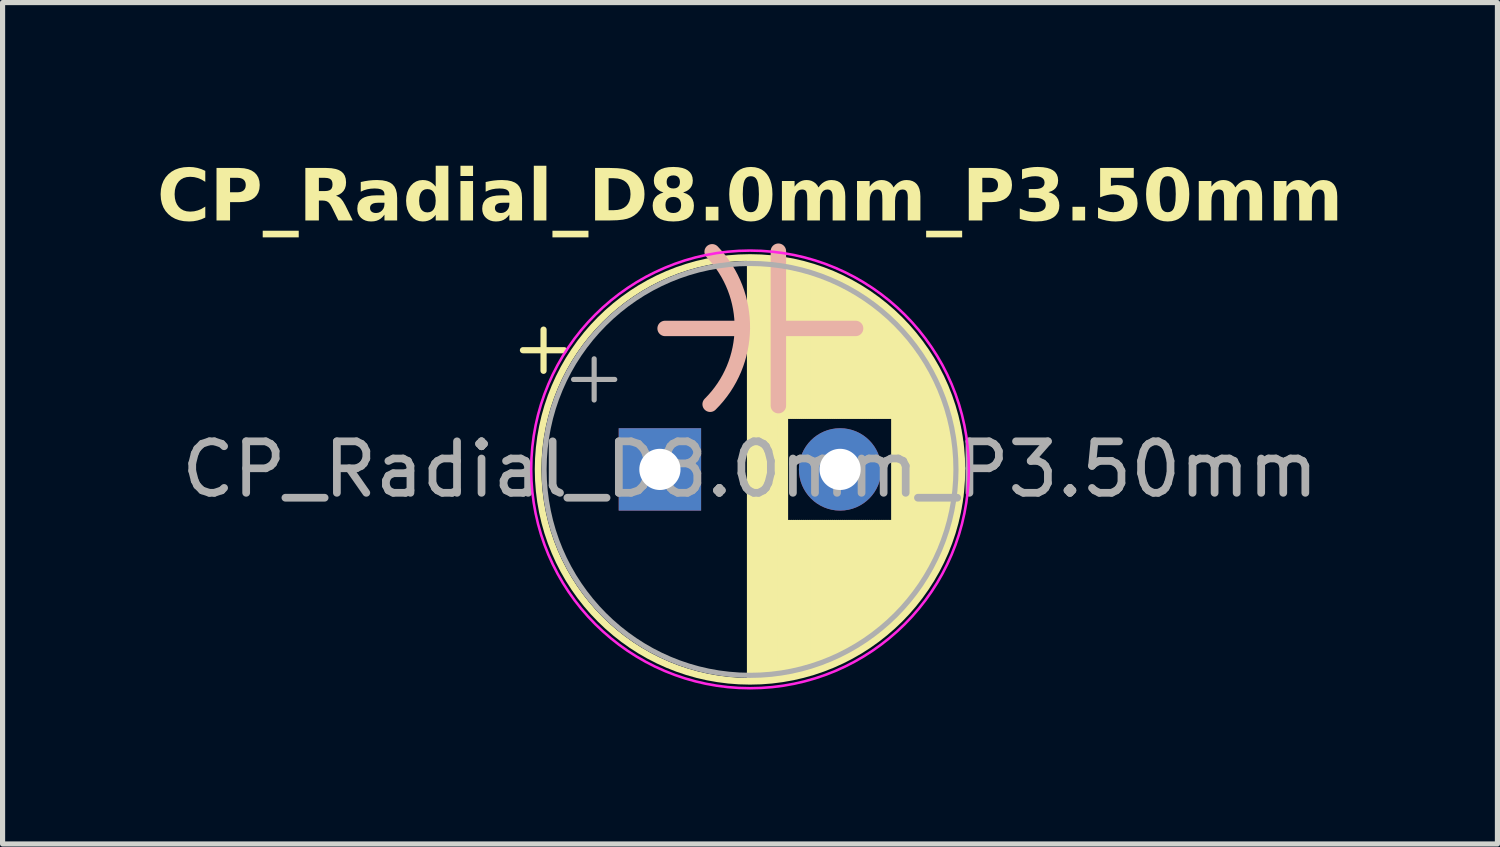
<source format=kicad_pcb>
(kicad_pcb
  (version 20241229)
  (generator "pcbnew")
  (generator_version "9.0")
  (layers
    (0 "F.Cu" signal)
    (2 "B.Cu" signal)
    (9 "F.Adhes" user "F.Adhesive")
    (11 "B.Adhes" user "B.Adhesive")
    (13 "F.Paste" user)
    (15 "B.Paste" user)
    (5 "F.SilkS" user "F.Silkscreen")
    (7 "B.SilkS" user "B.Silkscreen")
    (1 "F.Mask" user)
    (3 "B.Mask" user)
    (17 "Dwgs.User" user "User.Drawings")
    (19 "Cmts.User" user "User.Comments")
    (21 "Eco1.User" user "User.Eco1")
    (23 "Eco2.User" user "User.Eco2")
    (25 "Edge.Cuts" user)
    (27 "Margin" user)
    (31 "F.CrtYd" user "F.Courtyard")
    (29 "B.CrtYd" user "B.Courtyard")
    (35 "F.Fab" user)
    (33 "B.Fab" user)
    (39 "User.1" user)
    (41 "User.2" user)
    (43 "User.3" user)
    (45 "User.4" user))
  (footprint "CP_Radial_D8.0mm_P3.50mm"
    (layer "F.Cu")
    (at 11.428 5.989)
    (property "Reference" "CP_Radial_D8.0mm_P3.50mm" (at 0.089 -5.172 0) (layer "F.SilkS") (effects (font (face "Open Sans") (size 1 1) (thickness 0.2) (bold yes))))
    (attr through_hole)
    (fp_line (start -4.321 -2.237) (end -3.521 -2.237) (stroke (width 0.12) (type solid)) (layer "F.SilkS"))
    (fp_line (start -3.921 -2.637) (end -3.921 -1.837) (stroke (width 0.12) (type solid)) (layer "F.SilkS"))
    (fp_line (start 0.089 -4.002) (end 0.089 4.158) (stroke (width 0.12) (type solid)) (layer "F.SilkS"))
    (fp_line (start 0.129 -4.002) (end 0.129 4.158) (stroke (width 0.12) (type solid)) (layer "F.SilkS"))
    (fp_line (start 0.169 -4.002) (end 0.169 4.158) (stroke (width 0.12) (type solid)) (layer "F.SilkS"))
    (fp_line (start 0.209 -4.001) (end 0.209 4.157) (stroke (width 0.12) (type solid)) (layer "F.SilkS"))
    (fp_line (start 0.249 -3.999) (end 0.249 4.155) (stroke (width 0.12) (type solid)) (layer "F.SilkS"))
    (fp_line (start 0.289 -3.998) (end 0.289 4.154) (stroke (width 0.12) (type solid)) (layer "F.SilkS"))
    (fp_line (start 0.329 -3.996) (end 0.329 4.152) (stroke (width 0.12) (type solid)) (layer "F.SilkS"))
    (fp_line (start 0.369 -3.993) (end 0.369 4.149) (stroke (width 0.12) (type solid)) (layer "F.SilkS"))
    (fp_line (start 0.409 -3.99) (end 0.409 4.146) (stroke (width 0.12) (type solid)) (layer "F.SilkS"))
    (fp_line (start 0.449 -3.987) (end 0.449 4.143) (stroke (width 0.12) (type solid)) (layer "F.SilkS"))
    (fp_line (start 0.489 -3.983) (end 0.489 4.139) (stroke (width 0.12) (type solid)) (layer "F.SilkS"))
    (fp_line (start 0.529 -3.979) (end 0.529 4.135) (stroke (width 0.12) (type solid)) (layer "F.SilkS"))
    (fp_line (start 0.569 -3.974) (end 0.569 4.13) (stroke (width 0.12) (type solid)) (layer "F.SilkS"))
    (fp_line (start 0.609 -3.97) (end 0.609 4.126) (stroke (width 0.12) (type solid)) (layer "F.SilkS"))
    (fp_line (start 0.649 -3.964) (end 0.649 4.12) (stroke (width 0.12) (type solid)) (layer "F.SilkS"))
    (fp_line (start 0.689 -3.959) (end 0.689 4.115) (stroke (width 0.12) (type solid)) (layer "F.SilkS"))
    (fp_line (start 0.729 -3.952) (end 0.729 4.108) (stroke (width 0.12) (type solid)) (layer "F.SilkS"))
    (fp_line (start 0.769 -3.946) (end 0.769 4.102) (stroke (width 0.12) (type solid)) (layer "F.SilkS"))
    (fp_line (start 0.81 -3.939) (end 0.81 -0.962) (stroke (width 0.12) (type solid)) (layer "F.SilkS"))
    (fp_line (start 0.81 1.118) (end 0.81 4.095) (stroke (width 0.12) (type solid)) (layer "F.SilkS"))
    (fp_line (start 0.85 -3.932) (end 0.85 -0.962) (stroke (width 0.12) (type solid)) (layer "F.SilkS"))
    (fp_line (start 0.85 1.118) (end 0.85 4.088) (stroke (width 0.12) (type solid)) (layer "F.SilkS"))
    (fp_line (start 0.89 -3.924) (end 0.89 -0.962) (stroke (width 0.12) (type solid)) (layer "F.SilkS"))
    (fp_line (start 0.89 1.118) (end 0.89 4.08) (stroke (width 0.12) (type solid)) (layer "F.SilkS"))
    (fp_line (start 0.93 -3.916) (end 0.93 -0.962) (stroke (width 0.12) (type solid)) (layer "F.SilkS"))
    (fp_line (start 0.93 1.118) (end 0.93 4.072) (stroke (width 0.12) (type solid)) (layer "F.SilkS"))
    (fp_line (start 0.97 -3.907) (end 0.97 -0.962) (stroke (width 0.12) (type solid)) (layer "F.SilkS"))
    (fp_line (start 0.97 1.118) (end 0.97 4.063) (stroke (width 0.12) (type solid)) (layer "F.SilkS"))
    (fp_line (start 1.01 -3.898) (end 1.01 -0.962) (stroke (width 0.12) (type solid)) (layer "F.SilkS"))
    (fp_line (start 1.01 1.118) (end 1.01 4.054) (stroke (width 0.12) (type solid)) (layer "F.SilkS"))
    (fp_line (start 1.05 -3.889) (end 1.05 -0.962) (stroke (width 0.12) (type solid)) (layer "F.SilkS"))
    (fp_line (start 1.05 1.118) (end 1.05 4.045) (stroke (width 0.12) (type solid)) (layer "F.SilkS"))
    (fp_line (start 1.09 -3.879) (end 1.09 -0.962) (stroke (width 0.12) (type solid)) (layer "F.SilkS"))
    (fp_line (start 1.09 1.118) (end 1.09 4.035) (stroke (width 0.12) (type solid)) (layer "F.SilkS"))
    (fp_line (start 1.13 -3.869) (end 1.13 -0.962) (stroke (width 0.12) (type solid)) (layer "F.SilkS"))
    (fp_line (start 1.13 1.118) (end 1.13 4.025) (stroke (width 0.12) (type solid)) (layer "F.SilkS"))
    (fp_line (start 1.17 -3.858) (end 1.17 -0.962) (stroke (width 0.12) (type solid)) (layer "F.SilkS"))
    (fp_line (start 1.17 1.118) (end 1.17 4.014) (stroke (width 0.12) (type solid)) (layer "F.SilkS"))
    (fp_line (start 1.21 -3.847) (end 1.21 -0.962) (stroke (width 0.12) (type solid)) (layer "F.SilkS"))
    (fp_line (start 1.21 1.118) (end 1.21 4.003) (stroke (width 0.12) (type solid)) (layer "F.SilkS"))
    (fp_line (start 1.25 -3.836) (end 1.25 -0.962) (stroke (width 0.12) (type solid)) (layer "F.SilkS"))
    (fp_line (start 1.25 1.118) (end 1.25 3.992) (stroke (width 0.12) (type solid)) (layer "F.SilkS"))
    (fp_line (start 1.29 -3.824) (end 1.29 -0.962) (stroke (width 0.12) (type solid)) (layer "F.SilkS"))
    (fp_line (start 1.29 1.118) (end 1.29 3.98) (stroke (width 0.12) (type solid)) (layer "F.SilkS"))
    (fp_line (start 1.33 -3.811) (end 1.33 -0.962) (stroke (width 0.12) (type solid)) (layer "F.SilkS"))
    (fp_line (start 1.33 1.118) (end 1.33 3.967) (stroke (width 0.12) (type solid)) (layer "F.SilkS"))
    (fp_line (start 1.37 -3.799) (end 1.37 -0.962) (stroke (width 0.12) (type solid)) (layer "F.SilkS"))
    (fp_line (start 1.37 1.118) (end 1.37 3.955) (stroke (width 0.12) (type solid)) (layer "F.SilkS"))
    (fp_line (start 1.41 -3.785) (end 1.41 -0.962) (stroke (width 0.12) (type solid)) (layer "F.SilkS"))
    (fp_line (start 1.41 1.118) (end 1.41 3.941) (stroke (width 0.12) (type solid)) (layer "F.SilkS"))
    (fp_line (start 1.45 -3.772) (end 1.45 -0.962) (stroke (width 0.12) (type solid)) (layer "F.SilkS"))
    (fp_line (start 1.45 1.118) (end 1.45 3.928) (stroke (width 0.12) (type solid)) (layer "F.SilkS"))
    (fp_line (start 1.49 -3.757) (end 1.49 -0.962) (stroke (width 0.12) (type solid)) (layer "F.SilkS"))
    (fp_line (start 1.49 1.118) (end 1.49 3.913) (stroke (width 0.12) (type solid)) (layer "F.SilkS"))
    (fp_line (start 1.53 -3.743) (end 1.53 -0.962) (stroke (width 0.12) (type solid)) (layer "F.SilkS"))
    (fp_line (start 1.53 1.118) (end 1.53 3.899) (stroke (width 0.12) (type solid)) (layer "F.SilkS"))
    (fp_line (start 1.57 -3.727) (end 1.57 -0.962) (stroke (width 0.12) (type solid)) (layer "F.SilkS"))
    (fp_line (start 1.57 1.118) (end 1.57 3.883) (stroke (width 0.12) (type solid)) (layer "F.SilkS"))
    (fp_line (start 1.61 -3.712) (end 1.61 -0.962) (stroke (width 0.12) (type solid)) (layer "F.SilkS"))
    (fp_line (start 1.61 1.118) (end 1.61 3.868) (stroke (width 0.12) (type solid)) (layer "F.SilkS"))
    (fp_line (start 1.65 -3.696) (end 1.65 -0.962) (stroke (width 0.12) (type solid)) (layer "F.SilkS"))
    (fp_line (start 1.65 1.118) (end 1.65 3.852) (stroke (width 0.12) (type solid)) (layer "F.SilkS"))
    (fp_line (start 1.69 -3.679) (end 1.69 -0.962) (stroke (width 0.12) (type solid)) (layer "F.SilkS"))
    (fp_line (start 1.69 1.118) (end 1.69 3.835) (stroke (width 0.12) (type solid)) (layer "F.SilkS"))
    (fp_line (start 1.73 -3.662) (end 1.73 -0.962) (stroke (width 0.12) (type solid)) (layer "F.SilkS"))
    (fp_line (start 1.73 1.118) (end 1.73 3.818) (stroke (width 0.12) (type solid)) (layer "F.SilkS"))
    (fp_line (start 1.77 -3.644) (end 1.77 -0.962) (stroke (width 0.12) (type solid)) (layer "F.SilkS"))
    (fp_line (start 1.77 1.118) (end 1.77 3.8) (stroke (width 0.12) (type solid)) (layer "F.SilkS"))
    (fp_line (start 1.81 -3.626) (end 1.81 -0.962) (stroke (width 0.12) (type solid)) (layer "F.SilkS"))
    (fp_line (start 1.81 1.118) (end 1.81 3.782) (stroke (width 0.12) (type solid)) (layer "F.SilkS"))
    (fp_line (start 1.85 -3.608) (end 1.85 -0.962) (stroke (width 0.12) (type solid)) (layer "F.SilkS"))
    (fp_line (start 1.85 1.118) (end 1.85 3.764) (stroke (width 0.12) (type solid)) (layer "F.SilkS"))
    (fp_line (start 1.89 -3.588) (end 1.89 -0.962) (stroke (width 0.12) (type solid)) (layer "F.SilkS"))
    (fp_line (start 1.89 1.118) (end 1.89 3.744) (stroke (width 0.12) (type solid)) (layer "F.SilkS"))
    (fp_line (start 1.93 -3.569) (end 1.93 -0.962) (stroke (width 0.12) (type solid)) (layer "F.SilkS"))
    (fp_line (start 1.93 1.118) (end 1.93 3.725) (stroke (width 0.12) (type solid)) (layer "F.SilkS"))
    (fp_line (start 1.97 -3.549) (end 1.97 -0.962) (stroke (width 0.12) (type solid)) (layer "F.SilkS"))
    (fp_line (start 1.97 1.118) (end 1.97 3.705) (stroke (width 0.12) (type solid)) (layer "F.SilkS"))
    (fp_line (start 2.01 -3.528) (end 2.01 -0.962) (stroke (width 0.12) (type solid)) (layer "F.SilkS"))
    (fp_line (start 2.01 1.118) (end 2.01 3.684) (stroke (width 0.12) (type solid)) (layer "F.SilkS"))
    (fp_line (start 2.05 -3.506) (end 2.05 -0.962) (stroke (width 0.12) (type solid)) (layer "F.SilkS"))
    (fp_line (start 2.05 1.118) (end 2.05 3.662) (stroke (width 0.12) (type solid)) (layer "F.SilkS"))
    (fp_line (start 2.09 -3.484) (end 2.09 -0.962) (stroke (width 0.12) (type solid)) (layer "F.SilkS"))
    (fp_line (start 2.09 1.118) (end 2.09 3.64) (stroke (width 0.12) (type solid)) (layer "F.SilkS"))
    (fp_line (start 2.13 -3.462) (end 2.13 -0.962) (stroke (width 0.12) (type solid)) (layer "F.SilkS"))
    (fp_line (start 2.13 1.118) (end 2.13 3.618) (stroke (width 0.12) (type solid)) (layer "F.SilkS"))
    (fp_line (start 2.17 -3.439) (end 2.17 -0.962) (stroke (width 0.12) (type solid)) (layer "F.SilkS"))
    (fp_line (start 2.17 1.118) (end 2.17 3.595) (stroke (width 0.12) (type solid)) (layer "F.SilkS"))
    (fp_line (start 2.21 -3.415) (end 2.21 -0.962) (stroke (width 0.12) (type solid)) (layer "F.SilkS"))
    (fp_line (start 2.21 1.118) (end 2.21 3.571) (stroke (width 0.12) (type solid)) (layer "F.SilkS"))
    (fp_line (start 2.25 -3.391) (end 2.25 -0.962) (stroke (width 0.12) (type solid)) (layer "F.SilkS"))
    (fp_line (start 2.25 1.118) (end 2.25 3.547) (stroke (width 0.12) (type solid)) (layer "F.SilkS"))
    (fp_line (start 2.29 -3.366) (end 2.29 -0.962) (stroke (width 0.12) (type solid)) (layer "F.SilkS"))
    (fp_line (start 2.29 1.118) (end 2.29 3.522) (stroke (width 0.12) (type solid)) (layer "F.SilkS"))
    (fp_line (start 2.33 -3.34) (end 2.33 -0.962) (stroke (width 0.12) (type solid)) (layer "F.SilkS"))
    (fp_line (start 2.33 1.118) (end 2.33 3.496) (stroke (width 0.12) (type solid)) (layer "F.SilkS"))
    (fp_line (start 2.37 -3.314) (end 2.37 -0.962) (stroke (width 0.12) (type solid)) (layer "F.SilkS"))
    (fp_line (start 2.37 1.118) (end 2.37 3.47) (stroke (width 0.12) (type solid)) (layer "F.SilkS"))
    (fp_line (start 2.41 -3.287) (end 2.41 -0.962) (stroke (width 0.12) (type solid)) (layer "F.SilkS"))
    (fp_line (start 2.41 1.118) (end 2.41 3.443) (stroke (width 0.12) (type solid)) (layer "F.SilkS"))
    (fp_line (start 2.45 -3.26) (end 2.45 -0.962) (stroke (width 0.12) (type solid)) (layer "F.SilkS"))
    (fp_line (start 2.45 1.118) (end 2.45 3.416) (stroke (width 0.12) (type solid)) (layer "F.SilkS"))
    (fp_line (start 2.49 -3.231) (end 2.49 -0.962) (stroke (width 0.12) (type solid)) (layer "F.SilkS"))
    (fp_line (start 2.49 1.118) (end 2.49 3.387) (stroke (width 0.12) (type solid)) (layer "F.SilkS"))
    (fp_line (start 2.53 -3.202) (end 2.53 -0.962) (stroke (width 0.12) (type solid)) (layer "F.SilkS"))
    (fp_line (start 2.53 1.118) (end 2.53 3.358) (stroke (width 0.12) (type solid)) (layer "F.SilkS"))
    (fp_line (start 2.57 -3.172) (end 2.57 -0.962) (stroke (width 0.12) (type solid)) (layer "F.SilkS"))
    (fp_line (start 2.57 1.118) (end 2.57 3.328) (stroke (width 0.12) (type solid)) (layer "F.SilkS"))
    (fp_line (start 2.61 -3.142) (end 2.61 -0.962) (stroke (width 0.12) (type solid)) (layer "F.SilkS"))
    (fp_line (start 2.61 1.118) (end 2.61 3.298) (stroke (width 0.12) (type solid)) (layer "F.SilkS"))
    (fp_line (start 2.65 -3.111) (end 2.65 -0.962) (stroke (width 0.12) (type solid)) (layer "F.SilkS"))
    (fp_line (start 2.65 1.118) (end 2.65 3.267) (stroke (width 0.12) (type solid)) (layer "F.SilkS"))
    (fp_line (start 2.69 -3.078) (end 2.69 -0.962) (stroke (width 0.12) (type solid)) (layer "F.SilkS"))
    (fp_line (start 2.69 1.118) (end 2.69 3.234) (stroke (width 0.12) (type solid)) (layer "F.SilkS"))
    (fp_line (start 2.73 -3.046) (end 2.73 -0.962) (stroke (width 0.12) (type solid)) (layer "F.SilkS"))
    (fp_line (start 2.73 1.118) (end 2.73 3.202) (stroke (width 0.12) (type solid)) (layer "F.SilkS"))
    (fp_line (start 2.77 -3.012) (end 2.77 -0.962) (stroke (width 0.12) (type solid)) (layer "F.SilkS"))
    (fp_line (start 2.77 1.118) (end 2.77 3.168) (stroke (width 0.12) (type solid)) (layer "F.SilkS"))
    (fp_line (start 2.81 -2.977) (end 2.81 -0.962) (stroke (width 0.12) (type solid)) (layer "F.SilkS"))
    (fp_line (start 2.81 1.118) (end 2.81 3.133) (stroke (width 0.12) (type solid)) (layer "F.SilkS"))
    (fp_line (start 2.85 -2.941) (end 2.85 -0.962) (stroke (width 0.12) (type solid)) (layer "F.SilkS"))
    (fp_line (start 2.85 1.118) (end 2.85 3.097) (stroke (width 0.12) (type solid)) (layer "F.SilkS"))
    (fp_line (start 2.89 -2.905) (end 2.89 3.061) (stroke (width 0.12) (type solid)) (layer "F.SilkS"))
    (fp_line (start 2.93 -2.867) (end 2.93 3.023) (stroke (width 0.12) (type solid)) (layer "F.SilkS"))
    (fp_line (start 2.97 -2.829) (end 2.97 2.985) (stroke (width 0.12) (type solid)) (layer "F.SilkS"))
    (fp_line (start 3.01 -2.789) (end 3.01 2.945) (stroke (width 0.12) (type solid)) (layer "F.SilkS"))
    (fp_line (start 3.05 -2.748) (end 3.05 2.904) (stroke (width 0.12) (type solid)) (layer "F.SilkS"))
    (fp_line (start 3.09 -2.706) (end 3.09 2.862) (stroke (width 0.12) (type solid)) (layer "F.SilkS"))
    (fp_line (start 3.13 -2.663) (end 3.13 2.819) (stroke (width 0.12) (type solid)) (layer "F.SilkS"))
    (fp_line (start 3.17 -2.619) (end 3.17 2.775) (stroke (width 0.12) (type solid)) (layer "F.SilkS"))
    (fp_line (start 3.21 -2.573) (end 3.21 2.729) (stroke (width 0.12) (type solid)) (layer "F.SilkS"))
    (fp_line (start 3.25 -2.526) (end 3.25 2.682) (stroke (width 0.12) (type solid)) (layer "F.SilkS"))
    (fp_line (start 3.29 -2.478) (end 3.29 2.634) (stroke (width 0.12) (type solid)) (layer "F.SilkS"))
    (fp_line (start 3.33 -2.427) (end 3.33 2.583) (stroke (width 0.12) (type solid)) (layer "F.SilkS"))
    (fp_line (start 3.37 -2.376) (end 3.37 2.532) (stroke (width 0.12) (type solid)) (layer "F.SilkS"))
    (fp_line (start 3.41 -2.322) (end 3.41 2.478) (stroke (width 0.12) (type solid)) (layer "F.SilkS"))
    (fp_line (start 3.45 -2.267) (end 3.45 2.423) (stroke (width 0.12) (type solid)) (layer "F.SilkS"))
    (fp_line (start 3.49 -2.209) (end 3.49 2.365) (stroke (width 0.12) (type solid)) (layer "F.SilkS"))
    (fp_line (start 3.53 -2.15) (end 3.53 2.306) (stroke (width 0.12) (type solid)) (layer "F.SilkS"))
    (fp_line (start 3.57 -2.088) (end 3.57 2.244) (stroke (width 0.12) (type solid)) (layer "F.SilkS"))
    (fp_line (start 3.61 -2.024) (end 3.61 2.18) (stroke (width 0.12) (type solid)) (layer "F.SilkS"))
    (fp_line (start 3.65 -1.956) (end 3.65 2.112) (stroke (width 0.12) (type solid)) (layer "F.SilkS"))
    (fp_line (start 3.69 -1.886) (end 3.69 2.042) (stroke (width 0.12) (type solid)) (layer "F.SilkS"))
    (fp_line (start 3.73 -1.812) (end 3.73 1.968) (stroke (width 0.12) (type solid)) (layer "F.SilkS"))
    (fp_line (start 3.77 -1.735) (end 3.77 1.891) (stroke (width 0.12) (type solid)) (layer "F.SilkS"))
    (fp_line (start 3.81 -1.653) (end 3.81 1.809) (stroke (width 0.12) (type solid)) (layer "F.SilkS"))
    (fp_line (start 3.85 -1.567) (end 3.85 1.723) (stroke (width 0.12) (type solid)) (layer "F.SilkS"))
    (fp_line (start 3.89 -1.474) (end 3.89 1.63) (stroke (width 0.12) (type solid)) (layer "F.SilkS"))
    (fp_line (start 3.93 -1.375) (end 3.93 1.531) (stroke (width 0.12) (type solid)) (layer "F.SilkS"))
    (fp_line (start 3.97 -1.268) (end 3.97 1.424) (stroke (width 0.12) (type solid)) (layer "F.SilkS"))
    (fp_line (start 4.01 -1.151) (end 4.01 1.307) (stroke (width 0.12) (type solid)) (layer "F.SilkS"))
    (fp_line (start 4.05 -1.02) (end 4.05 1.176) (stroke (width 0.12) (type solid)) (layer "F.SilkS"))
    (fp_line (start 4.09 -0.87) (end 4.09 1.026) (stroke (width 0.12) (type solid)) (layer "F.SilkS"))
    (fp_line (start 4.13 -0.69) (end 4.13 0.846) (stroke (width 0.12) (type solid)) (layer "F.SilkS"))
    (fp_line (start 4.17 -0.455) (end 4.17 0.611) (stroke (width 0.12) (type solid)) (layer "F.SilkS"))
    (fp_circle (center 0.089 0.078) (end 3.73 1.968) (stroke (width 0.1) (type default)) (fill no) (layer "F.SilkS"))
    (fp_circle (center 0.089 0.078) (end 4.209 0.078) (stroke (width 0.12) (type solid)) (fill no) (layer "F.SilkS"))
    (fp_line (start -1.56 -2.66) (end -0.06 -2.66) (stroke (width 0.3) (type default)) (layer "B.SilkS"))
    (fp_line (start 0.64 -4.16) (end 0.64 -1.16) (stroke (width 0.3) (type default)) (layer "B.SilkS"))
    (fp_line (start 0.74 -2.66) (end 2.14 -2.66) (stroke (width 0.3) (type default)) (layer "B.SilkS"))
    (fp_arc (start -0.646408 -4.14833) (mid -0.059966 -2.659999) (end -0.685297 -1.187585) (stroke (width 0.3) (type default)) (layer "B.SilkS"))
    (fp_circle (center 0.089 0.078) (end 4.339 0.078) (stroke (width 0.05) (type solid)) (fill no) (layer "F.CrtYd"))
    (fp_line (start -3.338 -1.669) (end -2.538 -1.669) (stroke (width 0.1) (type solid)) (layer "F.Fab"))
    (fp_line (start -2.938 -2.07) (end -2.938 -1.27) (stroke (width 0.1) (type solid)) (layer "F.Fab"))
    (fp_circle (center 0.089 0.078) (end 4.089 0.078) (stroke (width 0.1) (type solid)) (fill no) (layer "F.Fab"))
    (fp_text user "${REFERENCE}" (at 0.089 0.078 0) (layer "F.Fab") (effects (font (size 1 1) (thickness 0.15))))
    (pad "1" thru_hole rect (at -1.661 0.078) (size 1.6 1.6) (drill 0.8) (layers "*.Cu" "*.Mask"))
    (pad "2" thru_hole circle (at 1.839 0.078) (size 1.6 1.6) (drill 0.8) (layers "*.Cu" "*.Mask")))
  (gr_rect
    (start -3 -3)
    (end 26.034 13.342)
    (stroke (width 0.1) (type default))
    (fill no)
    (layer "Edge.Cuts")))
</source>
